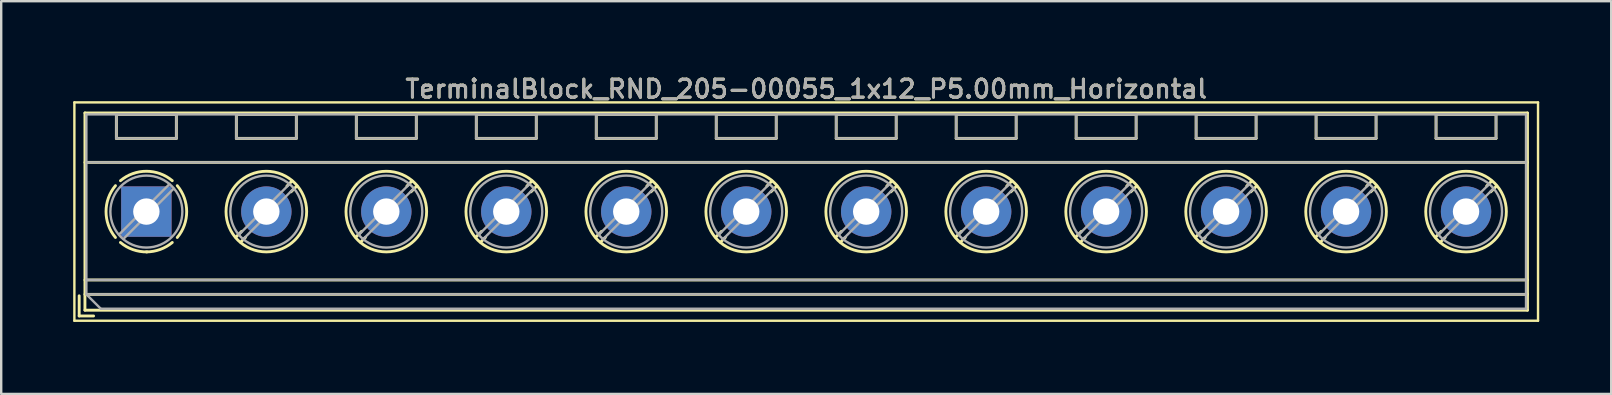
<source format=kicad_pcb>
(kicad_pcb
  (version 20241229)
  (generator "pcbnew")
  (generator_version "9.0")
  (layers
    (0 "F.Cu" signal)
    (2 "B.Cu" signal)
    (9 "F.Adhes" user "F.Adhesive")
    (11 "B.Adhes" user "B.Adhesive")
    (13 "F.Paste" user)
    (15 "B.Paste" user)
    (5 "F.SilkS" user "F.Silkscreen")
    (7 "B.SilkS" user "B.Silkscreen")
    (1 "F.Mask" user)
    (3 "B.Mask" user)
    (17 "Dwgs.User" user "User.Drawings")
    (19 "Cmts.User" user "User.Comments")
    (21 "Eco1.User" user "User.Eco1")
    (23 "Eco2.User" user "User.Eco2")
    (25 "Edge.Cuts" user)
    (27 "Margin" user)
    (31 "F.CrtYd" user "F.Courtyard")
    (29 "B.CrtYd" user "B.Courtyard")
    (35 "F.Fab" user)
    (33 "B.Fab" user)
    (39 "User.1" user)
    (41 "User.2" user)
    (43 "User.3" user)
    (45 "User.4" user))
  (footprint "TerminalBlock_RND_205-00055_1x12_P5.00mm_Horizontal"
    (layer "F.Cu")
    (at 3.05 5.768)
    (property "Reference" "TerminalBlock_RND_205-00055_1x12_P5.00mm_Horizontal" (at 27.5 -5.11 0) (layer "F.SilkS") (effects (font (size 0.75 0.75) (thickness 0.125))))
    (attr through_hole)
    (fp_line (start -3 -4.55) (end -3 4.55) (stroke (width 0.1) (type solid)) (layer "F.SilkS"))
    (fp_line (start -3 4.55) (end 58 4.55) (stroke (width 0.1) (type solid)) (layer "F.SilkS"))
    (fp_line (start -2.8 3.51) (end -2.8 4.35) (stroke (width 0.12) (type solid)) (layer "F.SilkS"))
    (fp_line (start -2.8 4.35) (end -2.2 4.35) (stroke (width 0.12) (type solid)) (layer "F.SilkS"))
    (fp_line (start -2.56 -4.11) (end -2.56 4.11) (stroke (width 0.12) (type solid)) (layer "F.SilkS"))
    (fp_line (start -2.56 -4.11) (end 57.56 -4.11) (stroke (width 0.12) (type solid)) (layer "F.SilkS"))
    (fp_line (start -2.56 -2.05) (end 57.56 -2.05) (stroke (width 0.12) (type solid)) (layer "F.SilkS"))
    (fp_line (start -2.56 2.85) (end 57.56 2.85) (stroke (width 0.12) (type solid)) (layer "F.SilkS"))
    (fp_line (start -2.56 3.45) (end 57.56 3.45) (stroke (width 0.12) (type solid)) (layer "F.SilkS"))
    (fp_line (start -2.56 4.11) (end 57.56 4.11) (stroke (width 0.12) (type solid)) (layer "F.SilkS"))
    (fp_line (start -1.25 -4.05) (end -1.25 -3.05) (stroke (width 0.12) (type solid)) (layer "F.SilkS"))
    (fp_line (start -1.25 -4.05) (end 1.25 -4.05) (stroke (width 0.12) (type solid)) (layer "F.SilkS"))
    (fp_line (start -1.25 -3.05) (end 1.25 -3.05) (stroke (width 0.12) (type solid)) (layer "F.SilkS"))
    (fp_line (start 1.25 -4.05) (end 1.25 -3.05) (stroke (width 0.12) (type solid)) (layer "F.SilkS"))
    (fp_line (start 3.75 -4.05) (end 3.75 -3.05) (stroke (width 0.12) (type solid)) (layer "F.SilkS"))
    (fp_line (start 3.75 -4.05) (end 6.25 -4.05) (stroke (width 0.12) (type solid)) (layer "F.SilkS"))
    (fp_line (start 3.75 -3.05) (end 6.25 -3.05) (stroke (width 0.12) (type solid)) (layer "F.SilkS"))
    (fp_line (start 3.972 0.823) (end 3.726 1.069) (stroke (width 0.12) (type solid)) (layer "F.SilkS"))
    (fp_line (start 4.13 1.075) (end 3.931 1.274) (stroke (width 0.12) (type solid)) (layer "F.SilkS"))
    (fp_line (start 6.07 -1.275) (end 5.859 -1.064) (stroke (width 0.12) (type solid)) (layer "F.SilkS"))
    (fp_line (start 6.25 -4.05) (end 6.25 -3.05) (stroke (width 0.12) (type solid)) (layer "F.SilkS"))
    (fp_line (start 6.275 -1.069) (end 6.029 -0.823) (stroke (width 0.12) (type solid)) (layer "F.SilkS"))
    (fp_line (start 8.75 -4.05) (end 8.75 -3.05) (stroke (width 0.12) (type solid)) (layer "F.SilkS"))
    (fp_line (start 8.75 -4.05) (end 11.25 -4.05) (stroke (width 0.12) (type solid)) (layer "F.SilkS"))
    (fp_line (start 8.75 -3.05) (end 11.25 -3.05) (stroke (width 0.12) (type solid)) (layer "F.SilkS"))
    (fp_line (start 8.972 0.823) (end 8.726 1.069) (stroke (width 0.12) (type solid)) (layer "F.SilkS"))
    (fp_line (start 9.13 1.075) (end 8.931 1.274) (stroke (width 0.12) (type solid)) (layer "F.SilkS"))
    (fp_line (start 11.07 -1.275) (end 10.859 -1.064) (stroke (width 0.12) (type solid)) (layer "F.SilkS"))
    (fp_line (start 11.25 -4.05) (end 11.25 -3.05) (stroke (width 0.12) (type solid)) (layer "F.SilkS"))
    (fp_line (start 11.275 -1.069) (end 11.029 -0.823) (stroke (width 0.12) (type solid)) (layer "F.SilkS"))
    (fp_line (start 13.75 -4.05) (end 13.75 -3.05) (stroke (width 0.12) (type solid)) (layer "F.SilkS"))
    (fp_line (start 13.75 -4.05) (end 16.25 -4.05) (stroke (width 0.12) (type solid)) (layer "F.SilkS"))
    (fp_line (start 13.75 -3.05) (end 16.25 -3.05) (stroke (width 0.12) (type solid)) (layer "F.SilkS"))
    (fp_line (start 13.972 0.823) (end 13.726 1.069) (stroke (width 0.12) (type solid)) (layer "F.SilkS"))
    (fp_line (start 14.13 1.075) (end 13.931 1.274) (stroke (width 0.12) (type solid)) (layer "F.SilkS"))
    (fp_line (start 16.07 -1.275) (end 15.859 -1.064) (stroke (width 0.12) (type solid)) (layer "F.SilkS"))
    (fp_line (start 16.25 -4.05) (end 16.25 -3.05) (stroke (width 0.12) (type solid)) (layer "F.SilkS"))
    (fp_line (start 16.275 -1.069) (end 16.029 -0.823) (stroke (width 0.12) (type solid)) (layer "F.SilkS"))
    (fp_line (start 18.75 -4.05) (end 18.75 -3.05) (stroke (width 0.12) (type solid)) (layer "F.SilkS"))
    (fp_line (start 18.75 -4.05) (end 21.25 -4.05) (stroke (width 0.12) (type solid)) (layer "F.SilkS"))
    (fp_line (start 18.75 -3.05) (end 21.25 -3.05) (stroke (width 0.12) (type solid)) (layer "F.SilkS"))
    (fp_line (start 18.972 0.823) (end 18.726 1.069) (stroke (width 0.12) (type solid)) (layer "F.SilkS"))
    (fp_line (start 19.13 1.075) (end 18.931 1.274) (stroke (width 0.12) (type solid)) (layer "F.SilkS"))
    (fp_line (start 21.07 -1.275) (end 20.859 -1.064) (stroke (width 0.12) (type solid)) (layer "F.SilkS"))
    (fp_line (start 21.25 -4.05) (end 21.25 -3.05) (stroke (width 0.12) (type solid)) (layer "F.SilkS"))
    (fp_line (start 21.275 -1.069) (end 21.029 -0.823) (stroke (width 0.12) (type solid)) (layer "F.SilkS"))
    (fp_line (start 23.75 -4.05) (end 23.75 -3.05) (stroke (width 0.12) (type solid)) (layer "F.SilkS"))
    (fp_line (start 23.75 -4.05) (end 26.25 -4.05) (stroke (width 0.12) (type solid)) (layer "F.SilkS"))
    (fp_line (start 23.75 -3.05) (end 26.25 -3.05) (stroke (width 0.12) (type solid)) (layer "F.SilkS"))
    (fp_line (start 23.972 0.823) (end 23.726 1.069) (stroke (width 0.12) (type solid)) (layer "F.SilkS"))
    (fp_line (start 24.13 1.075) (end 23.931 1.274) (stroke (width 0.12) (type solid)) (layer "F.SilkS"))
    (fp_line (start 26.07 -1.275) (end 25.859 -1.064) (stroke (width 0.12) (type solid)) (layer "F.SilkS"))
    (fp_line (start 26.25 -4.05) (end 26.25 -3.05) (stroke (width 0.12) (type solid)) (layer "F.SilkS"))
    (fp_line (start 26.275 -1.069) (end 26.029 -0.823) (stroke (width 0.12) (type solid)) (layer "F.SilkS"))
    (fp_line (start 28.75 -4.05) (end 28.75 -3.05) (stroke (width 0.12) (type solid)) (layer "F.SilkS"))
    (fp_line (start 28.75 -4.05) (end 31.25 -4.05) (stroke (width 0.12) (type solid)) (layer "F.SilkS"))
    (fp_line (start 28.75 -3.05) (end 31.25 -3.05) (stroke (width 0.12) (type solid)) (layer "F.SilkS"))
    (fp_line (start 28.972 0.823) (end 28.726 1.069) (stroke (width 0.12) (type solid)) (layer "F.SilkS"))
    (fp_line (start 29.13 1.075) (end 28.931 1.274) (stroke (width 0.12) (type solid)) (layer "F.SilkS"))
    (fp_line (start 31.07 -1.275) (end 30.859 -1.064) (stroke (width 0.12) (type solid)) (layer "F.SilkS"))
    (fp_line (start 31.25 -4.05) (end 31.25 -3.05) (stroke (width 0.12) (type solid)) (layer "F.SilkS"))
    (fp_line (start 31.275 -1.069) (end 31.029 -0.823) (stroke (width 0.12) (type solid)) (layer "F.SilkS"))
    (fp_line (start 33.75 -4.05) (end 33.75 -3.05) (stroke (width 0.12) (type solid)) (layer "F.SilkS"))
    (fp_line (start 33.75 -4.05) (end 36.25 -4.05) (stroke (width 0.12) (type solid)) (layer "F.SilkS"))
    (fp_line (start 33.75 -3.05) (end 36.25 -3.05) (stroke (width 0.12) (type solid)) (layer "F.SilkS"))
    (fp_line (start 33.972 0.823) (end 33.726 1.069) (stroke (width 0.12) (type solid)) (layer "F.SilkS"))
    (fp_line (start 34.13 1.075) (end 33.931 1.274) (stroke (width 0.12) (type solid)) (layer "F.SilkS"))
    (fp_line (start 36.07 -1.275) (end 35.859 -1.064) (stroke (width 0.12) (type solid)) (layer "F.SilkS"))
    (fp_line (start 36.25 -4.05) (end 36.25 -3.05) (stroke (width 0.12) (type solid)) (layer "F.SilkS"))
    (fp_line (start 36.275 -1.069) (end 36.029 -0.823) (stroke (width 0.12) (type solid)) (layer "F.SilkS"))
    (fp_line (start 38.75 -4.05) (end 38.75 -3.05) (stroke (width 0.12) (type solid)) (layer "F.SilkS"))
    (fp_line (start 38.75 -4.05) (end 41.25 -4.05) (stroke (width 0.12) (type solid)) (layer "F.SilkS"))
    (fp_line (start 38.75 -3.05) (end 41.25 -3.05) (stroke (width 0.12) (type solid)) (layer "F.SilkS"))
    (fp_line (start 38.972 0.823) (end 38.726 1.069) (stroke (width 0.12) (type solid)) (layer "F.SilkS"))
    (fp_line (start 39.13 1.075) (end 38.931 1.274) (stroke (width 0.12) (type solid)) (layer "F.SilkS"))
    (fp_line (start 41.07 -1.275) (end 40.859 -1.064) (stroke (width 0.12) (type solid)) (layer "F.SilkS"))
    (fp_line (start 41.25 -4.05) (end 41.25 -3.05) (stroke (width 0.12) (type solid)) (layer "F.SilkS"))
    (fp_line (start 41.275 -1.069) (end 41.029 -0.823) (stroke (width 0.12) (type solid)) (layer "F.SilkS"))
    (fp_line (start 43.75 -4.05) (end 43.75 -3.05) (stroke (width 0.12) (type solid)) (layer "F.SilkS"))
    (fp_line (start 43.75 -4.05) (end 46.25 -4.05) (stroke (width 0.12) (type solid)) (layer "F.SilkS"))
    (fp_line (start 43.75 -3.05) (end 46.25 -3.05) (stroke (width 0.12) (type solid)) (layer "F.SilkS"))
    (fp_line (start 43.972 0.823) (end 43.726 1.069) (stroke (width 0.12) (type solid)) (layer "F.SilkS"))
    (fp_line (start 44.13 1.075) (end 43.931 1.274) (stroke (width 0.12) (type solid)) (layer "F.SilkS"))
    (fp_line (start 46.07 -1.275) (end 45.859 -1.064) (stroke (width 0.12) (type solid)) (layer "F.SilkS"))
    (fp_line (start 46.25 -4.05) (end 46.25 -3.05) (stroke (width 0.12) (type solid)) (layer "F.SilkS"))
    (fp_line (start 46.275 -1.069) (end 46.029 -0.823) (stroke (width 0.12) (type solid)) (layer "F.SilkS"))
    (fp_line (start 48.75 -4.05) (end 48.75 -3.05) (stroke (width 0.12) (type solid)) (layer "F.SilkS"))
    (fp_line (start 48.75 -4.05) (end 51.25 -4.05) (stroke (width 0.12) (type solid)) (layer "F.SilkS"))
    (fp_line (start 48.75 -3.05) (end 51.25 -3.05) (stroke (width 0.12) (type solid)) (layer "F.SilkS"))
    (fp_line (start 48.972 0.823) (end 48.726 1.069) (stroke (width 0.12) (type solid)) (layer "F.SilkS"))
    (fp_line (start 49.13 1.075) (end 48.931 1.274) (stroke (width 0.12) (type solid)) (layer "F.SilkS"))
    (fp_line (start 51.07 -1.275) (end 50.859 -1.064) (stroke (width 0.12) (type solid)) (layer "F.SilkS"))
    (fp_line (start 51.25 -4.05) (end 51.25 -3.05) (stroke (width 0.12) (type solid)) (layer "F.SilkS"))
    (fp_line (start 51.275 -1.069) (end 51.029 -0.823) (stroke (width 0.12) (type solid)) (layer "F.SilkS"))
    (fp_line (start 53.75 -4.05) (end 53.75 -3.05) (stroke (width 0.12) (type solid)) (layer "F.SilkS"))
    (fp_line (start 53.75 -4.05) (end 56.25 -4.05) (stroke (width 0.12) (type solid)) (layer "F.SilkS"))
    (fp_line (start 53.75 -3.05) (end 56.25 -3.05) (stroke (width 0.12) (type solid)) (layer "F.SilkS"))
    (fp_line (start 53.972 0.823) (end 53.726 1.069) (stroke (width 0.12) (type solid)) (layer "F.SilkS"))
    (fp_line (start 54.13 1.075) (end 53.931 1.274) (stroke (width 0.12) (type solid)) (layer "F.SilkS"))
    (fp_line (start 56.07 -1.275) (end 55.859 -1.064) (stroke (width 0.12) (type solid)) (layer "F.SilkS"))
    (fp_line (start 56.25 -4.05) (end 56.25 -3.05) (stroke (width 0.12) (type solid)) (layer "F.SilkS"))
    (fp_line (start 56.275 -1.069) (end 56.029 -0.823) (stroke (width 0.12) (type solid)) (layer "F.SilkS"))
    (fp_line (start 57.56 -4.11) (end 57.56 4.11) (stroke (width 0.12) (type solid)) (layer "F.SilkS"))
    (fp_line (start 58 -4.55) (end -3 -4.55) (stroke (width 0.1) (type solid)) (layer "F.SilkS"))
    (fp_line (start 58 4.55) (end 58 -4.55) (stroke (width 0.1) (type solid)) (layer "F.SilkS"))
    (fp_arc (start -1.288062 1.079734) (mid -1.680752 -0.000826) (end -1.287 -1.081) (stroke (width 0.12) (type solid)) (layer "F.SilkS"))
    (fp_arc (start -1.079908 -1.287078) (mid 0.00006 -1.68011) (end 1.08 -1.287) (stroke (width 0.12) (type solid)) (layer "F.SilkS"))
    (fp_arc (start 0.028507 1.680511) (mid -0.561826 1.584071) (end -1.081 1.287) (stroke (width 0.12) (type solid)) (layer "F.SilkS"))
    (fp_arc (start 1.079883 1.286955) (mid 0.574594 1.578684) (end 0 1.68) (stroke (width 0.12) (type solid)) (layer "F.SilkS"))
    (fp_arc (start 1.287078 -1.079908) (mid 1.68011 0.00006) (end 1.287 1.08) (stroke (width 0.12) (type solid)) (layer "F.SilkS"))
    (fp_circle (center 5 0) (end 6.68 0) (stroke (width 0.12) (type solid)) (fill no) (layer "F.SilkS"))
    (fp_circle (center 10 0) (end 11.68 0) (stroke (width 0.12) (type solid)) (fill no) (layer "F.SilkS"))
    (fp_circle (center 15 0) (end 16.68 0) (stroke (width 0.12) (type solid)) (fill no) (layer "F.SilkS"))
    (fp_circle (center 20 0) (end 21.68 0) (stroke (width 0.12) (type solid)) (fill no) (layer "F.SilkS"))
    (fp_circle (center 25 0) (end 26.68 0) (stroke (width 0.12) (type solid)) (fill no) (layer "F.SilkS"))
    (fp_circle (center 30 0) (end 31.68 0) (stroke (width 0.12) (type solid)) (fill no) (layer "F.SilkS"))
    (fp_circle (center 35 0) (end 36.68 0) (stroke (width 0.12) (type solid)) (fill no) (layer "F.SilkS"))
    (fp_circle (center 40 0) (end 41.68 0) (stroke (width 0.12) (type solid)) (fill no) (layer "F.SilkS"))
    (fp_circle (center 45 0) (end 46.68 0) (stroke (width 0.12) (type solid)) (fill no) (layer "F.SilkS"))
    (fp_circle (center 50 0) (end 51.68 0) (stroke (width 0.12) (type solid)) (fill no) (layer "F.SilkS"))
    (fp_circle (center 55 0) (end 56.68 0) (stroke (width 0.12) (type solid)) (fill no) (layer "F.SilkS"))
    (fp_line (start -2.5 -4.05) (end 57.5 -4.05) (stroke (width 0.1) (type solid)) (layer "F.Fab"))
    (fp_line (start -2.5 -2.05) (end 57.5 -2.05) (stroke (width 0.1) (type solid)) (layer "F.Fab"))
    (fp_line (start -2.5 2.85) (end 57.5 2.85) (stroke (width 0.1) (type solid)) (layer "F.Fab"))
    (fp_line (start -2.5 3.45) (end -2.5 -4.05) (stroke (width 0.1) (type solid)) (layer "F.Fab"))
    (fp_line (start -2.5 3.45) (end 57.5 3.45) (stroke (width 0.1) (type solid)) (layer "F.Fab"))
    (fp_line (start -1.9 4.05) (end -2.5 3.45) (stroke (width 0.1) (type solid)) (layer "F.Fab"))
    (fp_line (start -1.25 -4.05) (end -1.25 -3.05) (stroke (width 0.1) (type solid)) (layer "F.Fab"))
    (fp_line (start -1.25 -3.05) (end 1.25 -3.05) (stroke (width 0.1) (type solid)) (layer "F.Fab"))
    (fp_line (start 0.955 -1.138) (end -1.138 0.955) (stroke (width 0.1) (type solid)) (layer "F.Fab"))
    (fp_line (start 1.138 -0.955) (end -0.955 1.138) (stroke (width 0.1) (type solid)) (layer "F.Fab"))
    (fp_line (start 1.25 -4.05) (end -1.25 -4.05) (stroke (width 0.1) (type solid)) (layer "F.Fab"))
    (fp_line (start 1.25 -3.05) (end 1.25 -4.05) (stroke (width 0.1) (type solid)) (layer "F.Fab"))
    (fp_line (start 3.75 -4.05) (end 3.75 -3.05) (stroke (width 0.1) (type solid)) (layer "F.Fab"))
    (fp_line (start 3.75 -3.05) (end 6.25 -3.05) (stroke (width 0.1) (type solid)) (layer "F.Fab"))
    (fp_line (start 5.955 -1.138) (end 3.863 0.955) (stroke (width 0.1) (type solid)) (layer "F.Fab"))
    (fp_line (start 6.138 -0.955) (end 4.046 1.138) (stroke (width 0.1) (type solid)) (layer "F.Fab"))
    (fp_line (start 6.25 -4.05) (end 3.75 -4.05) (stroke (width 0.1) (type solid)) (layer "F.Fab"))
    (fp_line (start 6.25 -3.05) (end 6.25 -4.05) (stroke (width 0.1) (type solid)) (layer "F.Fab"))
    (fp_line (start 8.75 -4.05) (end 8.75 -3.05) (stroke (width 0.1) (type solid)) (layer "F.Fab"))
    (fp_line (start 8.75 -3.05) (end 11.25 -3.05) (stroke (width 0.1) (type solid)) (layer "F.Fab"))
    (fp_line (start 10.955 -1.138) (end 8.863 0.955) (stroke (width 0.1) (type solid)) (layer "F.Fab"))
    (fp_line (start 11.138 -0.955) (end 9.046 1.138) (stroke (width 0.1) (type solid)) (layer "F.Fab"))
    (fp_line (start 11.25 -4.05) (end 8.75 -4.05) (stroke (width 0.1) (type solid)) (layer "F.Fab"))
    (fp_line (start 11.25 -3.05) (end 11.25 -4.05) (stroke (width 0.1) (type solid)) (layer "F.Fab"))
    (fp_line (start 13.75 -4.05) (end 13.75 -3.05) (stroke (width 0.1) (type solid)) (layer "F.Fab"))
    (fp_line (start 13.75 -3.05) (end 16.25 -3.05) (stroke (width 0.1) (type solid)) (layer "F.Fab"))
    (fp_line (start 15.955 -1.138) (end 13.863 0.955) (stroke (width 0.1) (type solid)) (layer "F.Fab"))
    (fp_line (start 16.138 -0.955) (end 14.046 1.138) (stroke (width 0.1) (type solid)) (layer "F.Fab"))
    (fp_line (start 16.25 -4.05) (end 13.75 -4.05) (stroke (width 0.1) (type solid)) (layer "F.Fab"))
    (fp_line (start 16.25 -3.05) (end 16.25 -4.05) (stroke (width 0.1) (type solid)) (layer "F.Fab"))
    (fp_line (start 18.75 -4.05) (end 18.75 -3.05) (stroke (width 0.1) (type solid)) (layer "F.Fab"))
    (fp_line (start 18.75 -3.05) (end 21.25 -3.05) (stroke (width 0.1) (type solid)) (layer "F.Fab"))
    (fp_line (start 20.955 -1.138) (end 18.863 0.955) (stroke (width 0.1) (type solid)) (layer "F.Fab"))
    (fp_line (start 21.138 -0.955) (end 19.046 1.138) (stroke (width 0.1) (type solid)) (layer "F.Fab"))
    (fp_line (start 21.25 -4.05) (end 18.75 -4.05) (stroke (width 0.1) (type solid)) (layer "F.Fab"))
    (fp_line (start 21.25 -3.05) (end 21.25 -4.05) (stroke (width 0.1) (type solid)) (layer "F.Fab"))
    (fp_line (start 23.75 -4.05) (end 23.75 -3.05) (stroke (width 0.1) (type solid)) (layer "F.Fab"))
    (fp_line (start 23.75 -3.05) (end 26.25 -3.05) (stroke (width 0.1) (type solid)) (layer "F.Fab"))
    (fp_line (start 25.955 -1.138) (end 23.863 0.955) (stroke (width 0.1) (type solid)) (layer "F.Fab"))
    (fp_line (start 26.138 -0.955) (end 24.046 1.138) (stroke (width 0.1) (type solid)) (layer "F.Fab"))
    (fp_line (start 26.25 -4.05) (end 23.75 -4.05) (stroke (width 0.1) (type solid)) (layer "F.Fab"))
    (fp_line (start 26.25 -3.05) (end 26.25 -4.05) (stroke (width 0.1) (type solid)) (layer "F.Fab"))
    (fp_line (start 28.75 -4.05) (end 28.75 -3.05) (stroke (width 0.1) (type solid)) (layer "F.Fab"))
    (fp_line (start 28.75 -3.05) (end 31.25 -3.05) (stroke (width 0.1) (type solid)) (layer "F.Fab"))
    (fp_line (start 30.955 -1.138) (end 28.863 0.955) (stroke (width 0.1) (type solid)) (layer "F.Fab"))
    (fp_line (start 31.138 -0.955) (end 29.046 1.138) (stroke (width 0.1) (type solid)) (layer "F.Fab"))
    (fp_line (start 31.25 -4.05) (end 28.75 -4.05) (stroke (width 0.1) (type solid)) (layer "F.Fab"))
    (fp_line (start 31.25 -3.05) (end 31.25 -4.05) (stroke (width 0.1) (type solid)) (layer "F.Fab"))
    (fp_line (start 33.75 -4.05) (end 33.75 -3.05) (stroke (width 0.1) (type solid)) (layer "F.Fab"))
    (fp_line (start 33.75 -3.05) (end 36.25 -3.05) (stroke (width 0.1) (type solid)) (layer "F.Fab"))
    (fp_line (start 35.955 -1.138) (end 33.863 0.955) (stroke (width 0.1) (type solid)) (layer "F.Fab"))
    (fp_line (start 36.138 -0.955) (end 34.046 1.138) (stroke (width 0.1) (type solid)) (layer "F.Fab"))
    (fp_line (start 36.25 -4.05) (end 33.75 -4.05) (stroke (width 0.1) (type solid)) (layer "F.Fab"))
    (fp_line (start 36.25 -3.05) (end 36.25 -4.05) (stroke (width 0.1) (type solid)) (layer "F.Fab"))
    (fp_line (start 38.75 -4.05) (end 38.75 -3.05) (stroke (width 0.1) (type solid)) (layer "F.Fab"))
    (fp_line (start 38.75 -3.05) (end 41.25 -3.05) (stroke (width 0.1) (type solid)) (layer "F.Fab"))
    (fp_line (start 40.955 -1.138) (end 38.863 0.955) (stroke (width 0.1) (type solid)) (layer "F.Fab"))
    (fp_line (start 41.138 -0.955) (end 39.046 1.138) (stroke (width 0.1) (type solid)) (layer "F.Fab"))
    (fp_line (start 41.25 -4.05) (end 38.75 -4.05) (stroke (width 0.1) (type solid)) (layer "F.Fab"))
    (fp_line (start 41.25 -3.05) (end 41.25 -4.05) (stroke (width 0.1) (type solid)) (layer "F.Fab"))
    (fp_line (start 43.75 -4.05) (end 43.75 -3.05) (stroke (width 0.1) (type solid)) (layer "F.Fab"))
    (fp_line (start 43.75 -3.05) (end 46.25 -3.05) (stroke (width 0.1) (type solid)) (layer "F.Fab"))
    (fp_line (start 45.955 -1.138) (end 43.863 0.955) (stroke (width 0.1) (type solid)) (layer "F.Fab"))
    (fp_line (start 46.138 -0.955) (end 44.046 1.138) (stroke (width 0.1) (type solid)) (layer "F.Fab"))
    (fp_line (start 46.25 -4.05) (end 43.75 -4.05) (stroke (width 0.1) (type solid)) (layer "F.Fab"))
    (fp_line (start 46.25 -3.05) (end 46.25 -4.05) (stroke (width 0.1) (type solid)) (layer "F.Fab"))
    (fp_line (start 48.75 -4.05) (end 48.75 -3.05) (stroke (width 0.1) (type solid)) (layer "F.Fab"))
    (fp_line (start 48.75 -3.05) (end 51.25 -3.05) (stroke (width 0.1) (type solid)) (layer "F.Fab"))
    (fp_line (start 50.955 -1.138) (end 48.863 0.955) (stroke (width 0.1) (type solid)) (layer "F.Fab"))
    (fp_line (start 51.138 -0.955) (end 49.046 1.138) (stroke (width 0.1) (type solid)) (layer "F.Fab"))
    (fp_line (start 51.25 -4.05) (end 48.75 -4.05) (stroke (width 0.1) (type solid)) (layer "F.Fab"))
    (fp_line (start 51.25 -3.05) (end 51.25 -4.05) (stroke (width 0.1) (type solid)) (layer "F.Fab"))
    (fp_line (start 53.75 -4.05) (end 53.75 -3.05) (stroke (width 0.1) (type solid)) (layer "F.Fab"))
    (fp_line (start 53.75 -3.05) (end 56.25 -3.05) (stroke (width 0.1) (type solid)) (layer "F.Fab"))
    (fp_line (start 55.955 -1.138) (end 53.863 0.955) (stroke (width 0.1) (type solid)) (layer "F.Fab"))
    (fp_line (start 56.138 -0.955) (end 54.046 1.138) (stroke (width 0.1) (type solid)) (layer "F.Fab"))
    (fp_line (start 56.25 -4.05) (end 53.75 -4.05) (stroke (width 0.1) (type solid)) (layer "F.Fab"))
    (fp_line (start 56.25 -3.05) (end 56.25 -4.05) (stroke (width 0.1) (type solid)) (layer "F.Fab"))
    (fp_line (start 57.5 -4.05) (end 57.5 4.05) (stroke (width 0.1) (type solid)) (layer "F.Fab"))
    (fp_line (start 57.5 4.05) (end -1.9 4.05) (stroke (width 0.1) (type solid)) (layer "F.Fab"))
    (fp_circle (center 0 0) (end 1.5 0) (stroke (width 0.1) (type solid)) (fill no) (layer "F.Fab"))
    (fp_circle (center 5 0) (end 6.5 0) (stroke (width 0.1) (type solid)) (fill no) (layer "F.Fab"))
    (fp_circle (center 10 0) (end 11.5 0) (stroke (width 0.1) (type solid)) (fill no) (layer "F.Fab"))
    (fp_circle (center 15 0) (end 16.5 0) (stroke (width 0.1) (type solid)) (fill no) (layer "F.Fab"))
    (fp_circle (center 20 0) (end 21.5 0) (stroke (width 0.1) (type solid)) (fill no) (layer "F.Fab"))
    (fp_circle (center 25 0) (end 26.5 0) (stroke (width 0.1) (type solid)) (fill no) (layer "F.Fab"))
    (fp_circle (center 30 0) (end 31.5 0) (stroke (width 0.1) (type solid)) (fill no) (layer "F.Fab"))
    (fp_circle (center 35 0) (end 36.5 0) (stroke (width 0.1) (type solid)) (fill no) (layer "F.Fab"))
    (fp_circle (center 40 0) (end 41.5 0) (stroke (width 0.1) (type solid)) (fill no) (layer "F.Fab"))
    (fp_circle (center 45 0) (end 46.5 0) (stroke (width 0.1) (type solid)) (fill no) (layer "F.Fab"))
    (fp_circle (center 50 0) (end 51.5 0) (stroke (width 0.1) (type solid)) (fill no) (layer "F.Fab"))
    (fp_circle (center 55 0) (end 56.5 0) (stroke (width 0.1) (type solid)) (fill no) (layer "F.Fab"))
    (fp_text user "${REFERENCE}" (at 27.5 -5.11 0) (layer "F.Fab") (effects (font (size 0.75 0.75) (thickness 0.125))))
    (pad "1" thru_hole rect (at 0 0) (size 2.1 2.1) (drill 1.1) (layers "*.Cu" "*.Mask"))
    (pad "2" thru_hole circle (at 5 0) (size 2.1 2.1) (drill 1.1) (layers "*.Cu" "*.Mask"))
    (pad "3" thru_hole circle (at 10 0) (size 2.1 2.1) (drill 1.1) (layers "*.Cu" "*.Mask"))
    (pad "4" thru_hole circle (at 15 0) (size 2.1 2.1) (drill 1.1) (layers "*.Cu" "*.Mask"))
    (pad "5" thru_hole circle (at 20 0) (size 2.1 2.1) (drill 1.1) (layers "*.Cu" "*.Mask"))
    (pad "6" thru_hole circle (at 25 0) (size 2.1 2.1) (drill 1.1) (layers "*.Cu" "*.Mask"))
    (pad "7" thru_hole circle (at 30 0) (size 2.1 2.1) (drill 1.1) (layers "*.Cu" "*.Mask"))
    (pad "8" thru_hole circle (at 35 0) (size 2.1 2.1) (drill 1.1) (layers "*.Cu" "*.Mask"))
    (pad "9" thru_hole circle (at 40 0) (size 2.1 2.1) (drill 1.1) (layers "*.Cu" "*.Mask"))
    (pad "10" thru_hole circle (at 45 0) (size 2.1 2.1) (drill 1.1) (layers "*.Cu" "*.Mask"))
    (pad "11" thru_hole circle (at 50 0) (size 2.1 2.1) (drill 1.1) (layers "*.Cu" "*.Mask"))
    (pad "12" thru_hole circle (at 55 0) (size 2.1 2.1) (drill 1.1) (layers "*.Cu" "*.Mask")))
  (gr_rect
    (start -3 -3)
    (end 64.1 13.368)
    (stroke (width 0.1) (type default))
    (fill no)
    (layer "Edge.Cuts")))
</source>
